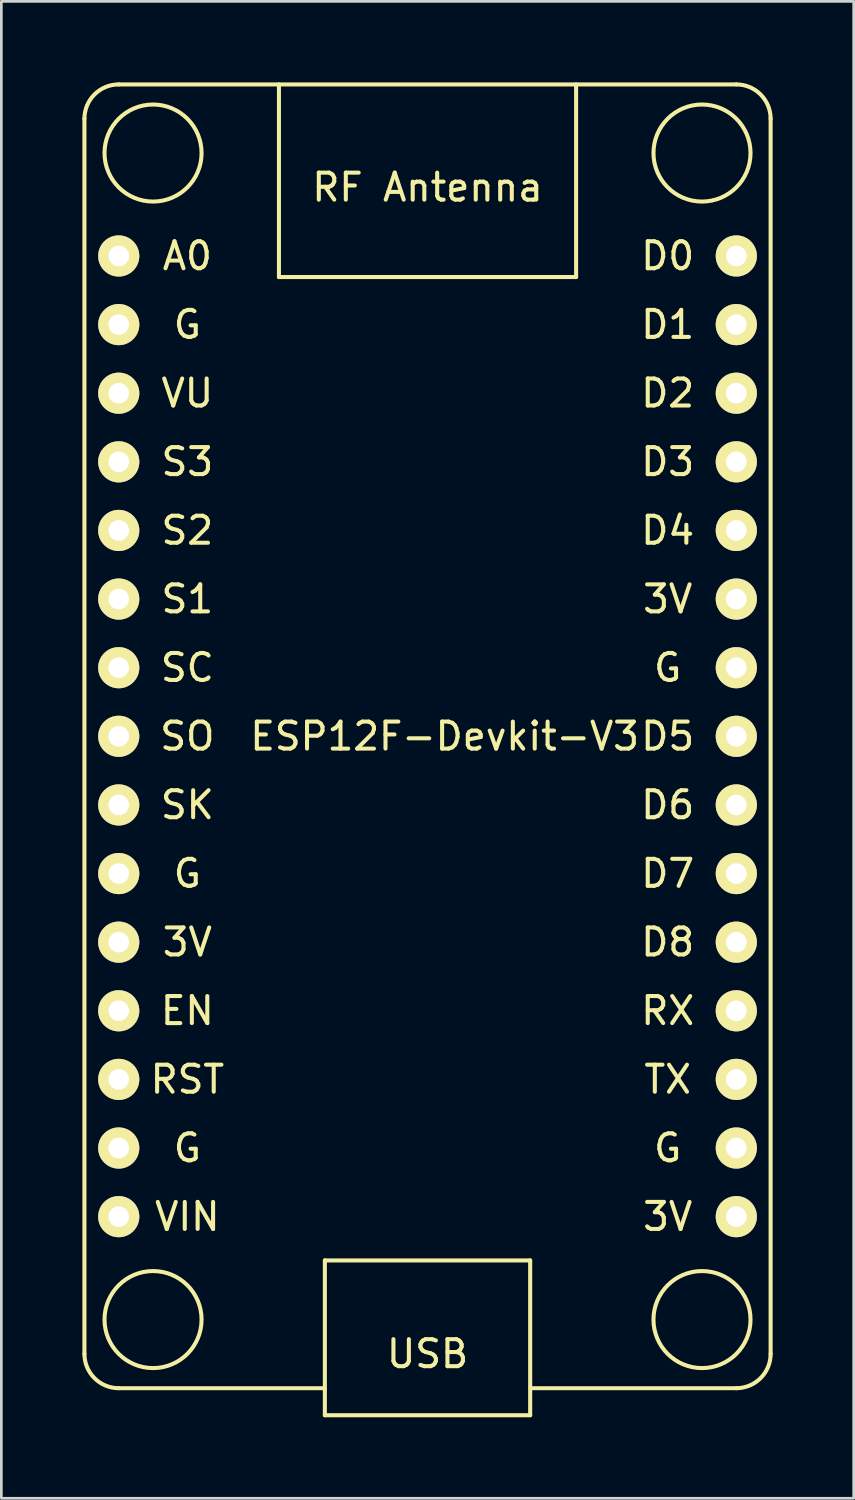
<source format=kicad_pcb>
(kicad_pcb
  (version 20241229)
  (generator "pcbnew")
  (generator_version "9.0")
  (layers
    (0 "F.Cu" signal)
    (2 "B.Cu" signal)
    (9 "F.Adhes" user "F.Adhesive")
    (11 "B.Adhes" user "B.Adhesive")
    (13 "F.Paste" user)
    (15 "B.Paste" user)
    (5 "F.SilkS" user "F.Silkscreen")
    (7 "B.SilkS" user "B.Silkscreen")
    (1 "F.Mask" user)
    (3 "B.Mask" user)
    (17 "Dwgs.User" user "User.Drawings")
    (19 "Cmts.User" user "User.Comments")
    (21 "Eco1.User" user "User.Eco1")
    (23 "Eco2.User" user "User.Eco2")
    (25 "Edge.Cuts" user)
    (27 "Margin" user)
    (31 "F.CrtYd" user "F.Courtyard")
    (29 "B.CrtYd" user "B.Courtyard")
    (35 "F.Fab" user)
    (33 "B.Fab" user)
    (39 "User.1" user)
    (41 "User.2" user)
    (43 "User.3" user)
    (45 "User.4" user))
  (footprint "ESP12F-Devkit-V3"
    (layer "F.Cu")
    (at 12.775 25.475)
    (property "Reference" "ESP12F-Devkit-V3" (at 0.635 -1.27 0) (layer "F.SilkS") (effects (font (size 1 1) (thickness 0.15))))
    (attr through_hole)
    (fp_line (start -12.7 -24.13) (end -12.7 21.59) (stroke (width 0.15) (type solid)) (layer "F.SilkS"))
    (fp_line (start -5.5 -18.27) (end -5.5 -25.4) (stroke (width 0.15) (type solid)) (layer "F.SilkS"))
    (fp_line (start -3.81 22.86) (end -11.43 22.86) (stroke (width 0.15) (type solid)) (layer "F.SilkS"))
    (fp_line (start -3.8 18.13) (end 3.8 18.13) (stroke (width 0.15) (type solid)) (layer "F.SilkS"))
    (fp_line (start -3.8 23.86) (end -3.8 18.13) (stroke (width 0.15) (type solid)) (layer "F.SilkS"))
    (fp_line (start 3.8 18.13) (end 3.8 23.86) (stroke (width 0.15) (type solid)) (layer "F.SilkS"))
    (fp_line (start 3.8 23.86) (end -3.8 23.86) (stroke (width 0.15) (type solid)) (layer "F.SilkS"))
    (fp_line (start 5.5 -25.4) (end 5.5 -18.27) (stroke (width 0.15) (type solid)) (layer "F.SilkS"))
    (fp_line (start 5.5 -18.27) (end -5.5 -18.27) (stroke (width 0.15) (type solid)) (layer "F.SilkS"))
    (fp_line (start 11.43 -25.4) (end -11.43 -25.4) (stroke (width 0.15) (type solid)) (layer "F.SilkS"))
    (fp_line (start 11.43 22.86) (end 3.81 22.86) (stroke (width 0.15) (type solid)) (layer "F.SilkS"))
    (fp_line (start 12.7 -24.13) (end 12.7 21.59) (stroke (width 0.15) (type solid)) (layer "F.SilkS"))
    (fp_arc (start -12.7 -24.13) (mid -12.328026 -25.028026) (end -11.43 -25.4) (stroke (width 0.15) (type solid)) (layer "F.SilkS"))
    (fp_arc (start -11.43 22.86) (mid -12.328026 22.488026) (end -12.7 21.59) (stroke (width 0.15) (type solid)) (layer "F.SilkS"))
    (fp_arc (start 11.43 -25.4) (mid 12.328026 -25.028026) (end 12.7 -24.13) (stroke (width 0.15) (type solid)) (layer "F.SilkS"))
    (fp_arc (start 12.7 21.59) (mid 12.328026 22.488026) (end 11.43 22.86) (stroke (width 0.15) (type solid)) (layer "F.SilkS"))
    (fp_circle (center -10.16 -22.86) (end -8.89 -24.13) (stroke (width 0.15) (type solid)) (fill no) (layer "F.SilkS"))
    (fp_circle (center -10.16 20.32) (end -8.89 19.05) (stroke (width 0.15) (type solid)) (fill no) (layer "F.SilkS"))
    (fp_circle (center 10.16 -22.86) (end 11.43 -24.13) (stroke (width 0.15) (type solid)) (fill no) (layer "F.SilkS"))
    (fp_circle (center 10.16 20.32) (end 11.43 19.05) (stroke (width 0.15) (type solid)) (fill no) (layer "F.SilkS"))
    (fp_text user "RX" (at 8.89 8.89 0) (layer "F.SilkS") (effects (font (size 1 1) (thickness 0.15))))
    (fp_text user "G" (at -8.89 13.97 0) (layer "F.SilkS") (effects (font (size 1 1) (thickness 0.15))))
    (fp_text user "VU" (at -8.89 -13.97 0) (layer "F.SilkS") (effects (font (size 1 1) (thickness 0.15))))
    (fp_text user "S1" (at -8.89 -6.35 0) (layer "F.SilkS") (effects (font (size 1 1) (thickness 0.15))))
    (fp_text user "SK" (at -8.89 1.27 0) (layer "F.SilkS") (effects (font (size 1 1) (thickness 0.15))))
    (fp_text user "USB" (at 0 21.59 0) (layer "F.SilkS") (effects (font (size 1 1) (thickness 0.15))))
    (fp_text user "D6" (at 8.89 1.27 0) (layer "F.SilkS") (effects (font (size 1 1) (thickness 0.15))))
    (fp_text user "EN" (at -8.89 8.89 0) (layer "F.SilkS") (effects (font (size 1 1) (thickness 0.15))))
    (fp_text user "SC" (at -8.89 -3.81 0) (layer "F.SilkS") (effects (font (size 1 1) (thickness 0.15))))
    (fp_text user "D1" (at 8.89 -16.51 0) (layer "F.SilkS") (effects (font (size 1 1) (thickness 0.15))))
    (fp_text user "D8" (at 8.89 6.35 0) (layer "F.SilkS") (effects (font (size 1 1) (thickness 0.15))))
    (fp_text user "RF Antenna" (at 0 -21.59 0) (layer "F.SilkS") (effects (font (size 1 1) (thickness 0.15))))
    (fp_text user "3V" (at -8.89 6.35 0) (layer "F.SilkS") (effects (font (size 1 1) (thickness 0.15))))
    (fp_text user "RST" (at -8.89 11.43 0) (layer "F.SilkS") (effects (font (size 1 1) (thickness 0.15))))
    (fp_text user "3V" (at 8.89 -6.35 0) (layer "F.SilkS") (effects (font (size 1 1) (thickness 0.15))))
    (fp_text user "G" (at -8.89 3.81 0) (layer "F.SilkS") (effects (font (size 1 1) (thickness 0.15))))
    (fp_text user "G" (at 8.89 -3.81 0) (layer "F.SilkS") (effects (font (size 1 1) (thickness 0.15))))
    (fp_text user "SO" (at -8.89 -1.27 0) (layer "F.SilkS") (effects (font (size 1 1) (thickness 0.15))))
    (fp_text user "TX" (at 8.89 11.43 0) (layer "F.SilkS") (effects (font (size 1 1) (thickness 0.15))))
    (fp_text user "D3" (at 8.89 -11.43 0) (layer "F.SilkS") (effects (font (size 1 1) (thickness 0.15))))
    (fp_text user "D4" (at 8.89 -8.89 0) (layer "F.SilkS") (effects (font (size 1 1) (thickness 0.15))))
    (fp_text user "D7" (at 8.89 3.81 0) (layer "F.SilkS") (effects (font (size 1 1) (thickness 0.15))))
    (fp_text user "D2" (at 8.89 -13.97 0) (layer "F.SilkS") (effects (font (size 1 1) (thickness 0.15))))
    (fp_text user "A0" (at -8.89 -19.05 0) (layer "F.SilkS") (effects (font (size 1 1) (thickness 0.15))))
    (fp_text user "G" (at 8.89 13.97 0) (layer "F.SilkS") (effects (font (size 1 1) (thickness 0.15))))
    (fp_text user "G" (at -8.89 -16.51 0) (layer "F.SilkS") (effects (font (size 1 1) (thickness 0.15))))
    (fp_text user "3V" (at 8.89 16.51 0) (layer "F.SilkS") (effects (font (size 1 1) (thickness 0.15))))
    (fp_text user "D5" (at 8.89 -1.27 0) (layer "F.SilkS") (effects (font (size 1 1) (thickness 0.15))))
    (fp_text user "VIN" (at -8.89 16.51 0) (layer "F.SilkS") (effects (font (size 1 1) (thickness 0.15))))
    (fp_text user "S2" (at -8.89 -8.89 0) (layer "F.SilkS") (effects (font (size 1 1) (thickness 0.15))))
    (fp_text user "D0" (at 8.89 -19.05 0) (layer "F.SilkS") (effects (font (size 1 1) (thickness 0.15))))
    (fp_text user "S3" (at -8.89 -11.43 0) (layer "F.SilkS") (effects (font (size 1 1) (thickness 0.15))))
    (pad "1" thru_hole circle (at -11.43 -19.05) (size 1.524 1.524) (drill 0.762) (layers "*.Cu" "*.Mask" "F.SilkS"))
    (pad "2" thru_hole circle (at -11.43 -16.51) (size 1.524 1.524) (drill 0.762) (layers "*.Cu" "*.Mask" "F.SilkS"))
    (pad "3" thru_hole circle (at -11.43 -13.97) (size 1.524 1.524) (drill 0.762) (layers "*.Cu" "*.Mask" "F.SilkS"))
    (pad "4" thru_hole circle (at -11.43 -11.43) (size 1.524 1.524) (drill 0.762) (layers "*.Cu" "*.Mask" "F.SilkS"))
    (pad "5" thru_hole circle (at -11.43 -8.89) (size 1.524 1.524) (drill 0.762) (layers "*.Cu" "*.Mask" "F.SilkS"))
    (pad "6" thru_hole circle (at -11.43 -6.35) (size 1.524 1.524) (drill 0.762) (layers "*.Cu" "*.Mask" "F.SilkS"))
    (pad "7" thru_hole circle (at -11.43 -3.81) (size 1.524 1.524) (drill 0.762) (layers "*.Cu" "*.Mask" "F.SilkS"))
    (pad "8" thru_hole circle (at -11.43 -1.27) (size 1.524 1.524) (drill 0.762) (layers "*.Cu" "*.Mask" "F.SilkS"))
    (pad "9" thru_hole circle (at -11.43 1.27) (size 1.524 1.524) (drill 0.762) (layers "*.Cu" "*.Mask" "F.SilkS"))
    (pad "10" thru_hole circle (at -11.43 3.81) (size 1.524 1.524) (drill 0.762) (layers "*.Cu" "*.Mask" "F.SilkS"))
    (pad "11" thru_hole circle (at -11.43 6.35) (size 1.524 1.524) (drill 0.762) (layers "*.Cu" "*.Mask" "F.SilkS"))
    (pad "12" thru_hole circle (at -11.43 8.89) (size 1.524 1.524) (drill 0.762) (layers "*.Cu" "*.Mask" "F.SilkS"))
    (pad "13" thru_hole circle (at -11.43 11.43) (size 1.524 1.524) (drill 0.762) (layers "*.Cu" "*.Mask" "F.SilkS"))
    (pad "14" thru_hole circle (at -11.43 13.97) (size 1.524 1.524) (drill 0.762) (layers "*.Cu" "*.Mask" "F.SilkS"))
    (pad "15" thru_hole circle (at -11.43 16.51) (size 1.524 1.524) (drill 0.762) (layers "*.Cu" "*.Mask" "F.SilkS"))
    (pad "16" thru_hole circle (at 11.43 16.51) (size 1.524 1.524) (drill 0.762) (layers "*.Cu" "*.Mask" "F.SilkS"))
    (pad "17" thru_hole circle (at 11.43 13.97) (size 1.524 1.524) (drill 0.762) (layers "*.Cu" "*.Mask" "F.SilkS"))
    (pad "18" thru_hole circle (at 11.43 11.43) (size 1.524 1.524) (drill 0.762) (layers "*.Cu" "*.Mask" "F.SilkS"))
    (pad "19" thru_hole circle (at 11.43 8.89) (size 1.524 1.524) (drill 0.762) (layers "*.Cu" "*.Mask" "F.SilkS"))
    (pad "20" thru_hole circle (at 11.43 6.35) (size 1.524 1.524) (drill 0.762) (layers "*.Cu" "*.Mask" "F.SilkS"))
    (pad "21" thru_hole circle (at 11.43 3.81) (size 1.524 1.524) (drill 0.762) (layers "*.Cu" "*.Mask" "F.SilkS"))
    (pad "22" thru_hole circle (at 11.43 1.27) (size 1.524 1.524) (drill 0.762) (layers "*.Cu" "*.Mask" "F.SilkS"))
    (pad "23" thru_hole circle (at 11.43 -1.27) (size 1.524 1.524) (drill 0.762) (layers "*.Cu" "*.Mask" "F.SilkS"))
    (pad "24" thru_hole circle (at 11.43 -3.81) (size 1.524 1.524) (drill 0.762) (layers "*.Cu" "*.Mask" "F.SilkS"))
    (pad "25" thru_hole circle (at 11.43 -6.35) (size 1.524 1.524) (drill 0.762) (layers "*.Cu" "*.Mask" "F.SilkS"))
    (pad "26" thru_hole circle (at 11.43 -8.89) (size 1.524 1.524) (drill 0.762) (layers "*.Cu" "*.Mask" "F.SilkS"))
    (pad "27" thru_hole circle (at 11.43 -11.43) (size 1.524 1.524) (drill 0.762) (layers "*.Cu" "*.Mask" "F.SilkS"))
    (pad "28" thru_hole circle (at 11.43 -13.97) (size 1.524 1.524) (drill 0.762) (layers "*.Cu" "*.Mask" "F.SilkS"))
    (pad "29" thru_hole circle (at 11.43 -16.51) (size 1.524 1.524) (drill 0.762) (layers "*.Cu" "*.Mask" "F.SilkS"))
    (pad "30" thru_hole circle (at 11.43 -19.05) (size 1.524 1.524) (drill 0.762) (layers "*.Cu" "*.Mask" "F.SilkS")))
  (gr_rect
    (start -3 -3)
    (end 28.55 52.41)
    (stroke (width 0.1) (type default))
    (fill no)
    (layer "Edge.Cuts")))
</source>
